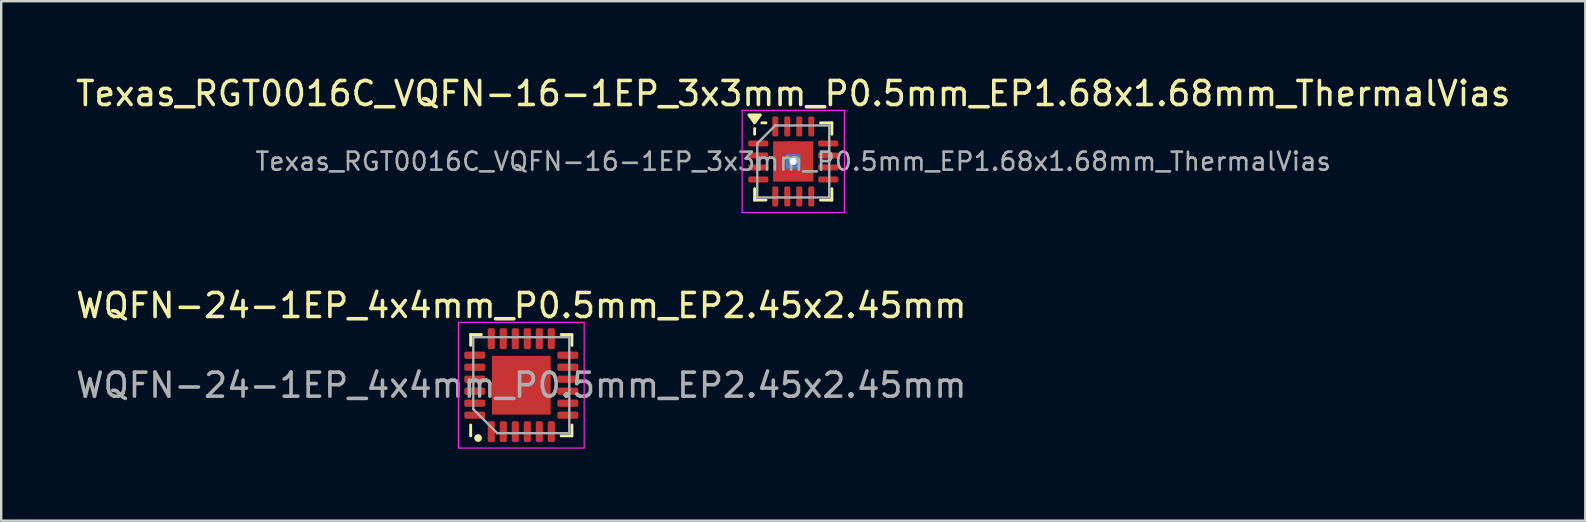
<source format=kicad_pcb>
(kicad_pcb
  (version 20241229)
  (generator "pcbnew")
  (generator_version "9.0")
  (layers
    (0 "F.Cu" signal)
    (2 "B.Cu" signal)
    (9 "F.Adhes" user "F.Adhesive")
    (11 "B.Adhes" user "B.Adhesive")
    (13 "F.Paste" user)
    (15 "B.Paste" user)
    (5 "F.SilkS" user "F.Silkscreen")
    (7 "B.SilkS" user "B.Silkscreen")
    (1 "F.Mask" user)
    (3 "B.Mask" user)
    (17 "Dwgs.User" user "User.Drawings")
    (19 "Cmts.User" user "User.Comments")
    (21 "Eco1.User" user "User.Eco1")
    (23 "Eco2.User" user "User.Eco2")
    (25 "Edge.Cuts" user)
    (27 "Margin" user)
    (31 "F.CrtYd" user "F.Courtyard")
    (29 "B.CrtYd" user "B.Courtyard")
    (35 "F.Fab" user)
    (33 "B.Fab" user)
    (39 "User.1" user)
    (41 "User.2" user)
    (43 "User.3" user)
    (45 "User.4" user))
  (footprint "WQFN-24-1EP_4x4mm_P0.5mm_EP2.45x2.45mm"
    (layer "F.Cu")
    (at 18.673 13.002)
    (property "Reference" "WQFN-24-1EP_4x4mm_P0.5mm_EP2.45x2.45mm" (at 0 -3.32 0) (layer "F.SilkS") (effects (font (size 1 1) (thickness 0.15))))
    (attr smd)
    (fp_line (start -2.11 -2.11) (end -1.66 -2.11) (stroke (width 0.12) (type solid)) (layer "F.SilkS"))
    (fp_line (start -2.11 -1.66) (end -2.11 -2.11) (stroke (width 0.12) (type solid)) (layer "F.SilkS"))
    (fp_line (start -2.11 1.66) (end -2.11 2.11) (stroke (width 0.12) (type solid)) (layer "F.SilkS"))
    (fp_line (start 2.11 -2.11) (end 1.66 -2.11) (stroke (width 0.12) (type solid)) (layer "F.SilkS"))
    (fp_line (start 2.11 -1.66) (end 2.11 -2.11) (stroke (width 0.12) (type solid)) (layer "F.SilkS"))
    (fp_line (start 2.11 1.66) (end 2.11 2.11) (stroke (width 0.12) (type solid)) (layer "F.SilkS"))
    (fp_line (start 2.11 2.11) (end 1.66 2.11) (stroke (width 0.12) (type solid)) (layer "F.SilkS"))
    (fp_circle (center -1.8 2.2) (end -1.8 2.1) (stroke (width 0.12) (type solid)) (fill yes) (layer "F.SilkS"))
    (fp_line (start -2.62 -2.62) (end -2.62 2.62) (stroke (width 0.05) (type solid)) (layer "F.CrtYd"))
    (fp_line (start -2.62 2.62) (end 2.62 2.62) (stroke (width 0.05) (type solid)) (layer "F.CrtYd"))
    (fp_line (start 2.62 -2.62) (end -2.62 -2.62) (stroke (width 0.05) (type solid)) (layer "F.CrtYd"))
    (fp_line (start 2.62 2.62) (end 2.62 -2.62) (stroke (width 0.05) (type solid)) (layer "F.CrtYd"))
    (fp_line (start -2 -2) (end 2 -2) (stroke (width 0.1) (type solid)) (layer "F.Fab"))
    (fp_line (start -2 1) (end -2 -2) (stroke (width 0.1) (type solid)) (layer "F.Fab"))
    (fp_line (start -1 2) (end -2 1) (stroke (width 0.1) (type solid)) (layer "F.Fab"))
    (fp_line (start 2 -2) (end 2 2) (stroke (width 0.1) (type solid)) (layer "F.Fab"))
    (fp_line (start 2 2) (end -1 2) (stroke (width 0.1) (type solid)) (layer "F.Fab"))
    (fp_text user "${REFERENCE}" (at 0 0 0) (layer "F.Fab") (effects (font (size 1 1) (thickness 0.15))))
    (pad "" smd roundrect (at -0.61 -0.61 90) (size 0.99 0.99) (layers "F.Paste") (roundrect_rratio 0.25))
    (pad "" smd roundrect (at -0.61 0.61 90) (size 0.99 0.99) (layers "F.Paste") (roundrect_rratio 0.25))
    (pad "" smd roundrect (at 0.61 -0.61 90) (size 0.99 0.99) (layers "F.Paste") (roundrect_rratio 0.25))
    (pad "" smd roundrect (at 0.61 0.61 90) (size 0.99 0.99) (layers "F.Paste") (roundrect_rratio 0.25))
    (pad "1" smd roundrect (at -1.25 1.938 90) (size 0.875 0.3) (layers "F.Cu" "F.Mask" "F.Paste") (roundrect_rratio 0.25))
    (pad "2" smd roundrect (at -0.75 1.938 90) (size 0.875 0.3) (layers "F.Cu" "F.Mask" "F.Paste") (roundrect_rratio 0.25))
    (pad "3" smd roundrect (at -0.25 1.938 90) (size 0.875 0.3) (layers "F.Cu" "F.Mask" "F.Paste") (roundrect_rratio 0.25))
    (pad "4" smd roundrect (at 0.25 1.938 90) (size 0.875 0.3) (layers "F.Cu" "F.Mask" "F.Paste") (roundrect_rratio 0.25))
    (pad "5" smd roundrect (at 0.75 1.938 90) (size 0.875 0.3) (layers "F.Cu" "F.Mask" "F.Paste") (roundrect_rratio 0.25))
    (pad "6" smd roundrect (at 1.25 1.938 90) (size 0.875 0.3) (layers "F.Cu" "F.Mask" "F.Paste") (roundrect_rratio 0.25))
    (pad "7" smd roundrect (at 1.938 1.25 90) (size 0.3 0.875) (layers "F.Cu" "F.Mask" "F.Paste") (roundrect_rratio 0.25))
    (pad "8" smd roundrect (at 1.938 0.75 90) (size 0.3 0.875) (layers "F.Cu" "F.Mask" "F.Paste") (roundrect_rratio 0.25))
    (pad "9" smd roundrect (at 1.938 0.25 90) (size 0.3 0.875) (layers "F.Cu" "F.Mask" "F.Paste") (roundrect_rratio 0.25))
    (pad "10" smd roundrect (at 1.938 -0.25 90) (size 0.3 0.875) (layers "F.Cu" "F.Mask" "F.Paste") (roundrect_rratio 0.25))
    (pad "11" smd roundrect (at 1.938 -0.75 90) (size 0.3 0.875) (layers "F.Cu" "F.Mask" "F.Paste") (roundrect_rratio 0.25))
    (pad "12" smd roundrect (at 1.938 -1.25 90) (size 0.3 0.875) (layers "F.Cu" "F.Mask" "F.Paste") (roundrect_rratio 0.25))
    (pad "13" smd roundrect (at 1.25 -1.938 90) (size 0.875 0.3) (layers "F.Cu" "F.Mask" "F.Paste") (roundrect_rratio 0.25))
    (pad "14" smd roundrect (at 0.75 -1.938 90) (size 0.875 0.3) (layers "F.Cu" "F.Mask" "F.Paste") (roundrect_rratio 0.25))
    (pad "15" smd roundrect (at 0.25 -1.938 90) (size 0.875 0.3) (layers "F.Cu" "F.Mask" "F.Paste") (roundrect_rratio 0.25))
    (pad "16" smd roundrect (at -0.25 -1.938 90) (size 0.875 0.3) (layers "F.Cu" "F.Mask" "F.Paste") (roundrect_rratio 0.25))
    (pad "17" smd roundrect (at -0.75 -1.938 90) (size 0.875 0.3) (layers "F.Cu" "F.Mask" "F.Paste") (roundrect_rratio 0.25))
    (pad "18" smd roundrect (at -1.25 -1.938 90) (size 0.875 0.3) (layers "F.Cu" "F.Mask" "F.Paste") (roundrect_rratio 0.25))
    (pad "19" smd roundrect (at -1.938 -1.25 90) (size 0.3 0.875) (layers "F.Cu" "F.Mask" "F.Paste") (roundrect_rratio 0.25))
    (pad "20" smd roundrect (at -1.938 -0.75 90) (size 0.3 0.875) (layers "F.Cu" "F.Mask" "F.Paste") (roundrect_rratio 0.25))
    (pad "21" smd roundrect (at -1.938 -0.25 90) (size 0.3 0.875) (layers "F.Cu" "F.Mask" "F.Paste") (roundrect_rratio 0.25))
    (pad "22" smd roundrect (at -1.938 0.25 90) (size 0.3 0.875) (layers "F.Cu" "F.Mask" "F.Paste") (roundrect_rratio 0.25))
    (pad "23" smd roundrect (at -1.938 0.75 90) (size 0.3 0.875) (layers "F.Cu" "F.Mask" "F.Paste") (roundrect_rratio 0.25))
    (pad "24" smd roundrect (at -1.938 1.25 90) (size 0.3 0.875) (layers "F.Cu" "F.Mask" "F.Paste") (roundrect_rratio 0.25))
    (pad "25" smd rect (at 0 0 90) (size 2.45 2.45) (layers "F.Cu" "F.Mask")))
  (footprint "Texas_RGT0016C_VQFN-16-1EP_3x3mm_P0.5mm_EP1.68x1.68mm_ThermalVias"
    (layer "F.Cu")
    (at 30.006 3.678)
    (property "Reference" "Texas_RGT0016C_VQFN-16-1EP_3x3mm_P0.5mm_EP1.68x1.68mm_ThermalVias" (at 0 -2.83 0) (layer "F.SilkS") (effects (font (size 1 1) (thickness 0.15))))
    (attr smd)
    (fp_line (start -1.61 -1.135) (end -1.61 -1.37) (stroke (width 0.12) (type solid)) (layer "F.SilkS"))
    (fp_line (start -1.61 1.61) (end -1.61 1.135) (stroke (width 0.12) (type solid)) (layer "F.SilkS"))
    (fp_line (start -1.135 -1.61) (end -1.31 -1.61) (stroke (width 0.12) (type solid)) (layer "F.SilkS"))
    (fp_line (start -1.135 1.61) (end -1.61 1.61) (stroke (width 0.12) (type solid)) (layer "F.SilkS"))
    (fp_line (start 1.135 -1.61) (end 1.61 -1.61) (stroke (width 0.12) (type solid)) (layer "F.SilkS"))
    (fp_line (start 1.135 1.61) (end 1.61 1.61) (stroke (width 0.12) (type solid)) (layer "F.SilkS"))
    (fp_line (start 1.61 -1.61) (end 1.61 -1.135) (stroke (width 0.12) (type solid)) (layer "F.SilkS"))
    (fp_line (start 1.61 1.61) (end 1.61 1.135) (stroke (width 0.12) (type solid)) (layer "F.SilkS"))
    (fp_poly (pts (xy -1.61 -1.61) (xy -1.85 -1.94) (xy -1.37 -1.94) (xy -1.61 -1.61)) (stroke (width 0.12) (type solid)) (fill yes) (layer "F.SilkS"))
    (fp_line (start -2.13 -2.13) (end -2.13 2.13) (stroke (width 0.05) (type solid)) (layer "F.CrtYd"))
    (fp_line (start -2.13 2.13) (end 2.13 2.13) (stroke (width 0.05) (type solid)) (layer "F.CrtYd"))
    (fp_line (start 2.13 -2.13) (end -2.13 -2.13) (stroke (width 0.05) (type solid)) (layer "F.CrtYd"))
    (fp_line (start 2.13 2.13) (end 2.13 -2.13) (stroke (width 0.05) (type solid)) (layer "F.CrtYd"))
    (fp_line (start -1.5 -0.75) (end -0.75 -1.5) (stroke (width 0.1) (type solid)) (layer "F.Fab"))
    (fp_line (start -1.5 1.5) (end -1.5 -0.75) (stroke (width 0.1) (type solid)) (layer "F.Fab"))
    (fp_line (start -0.75 -1.5) (end 1.5 -1.5) (stroke (width 0.1) (type solid)) (layer "F.Fab"))
    (fp_line (start 1.5 -1.5) (end 1.5 1.5) (stroke (width 0.1) (type solid)) (layer "F.Fab"))
    (fp_line (start 1.5 1.5) (end -1.5 1.5) (stroke (width 0.1) (type solid)) (layer "F.Fab"))
    (fp_text user "${REFERENCE}" (at 0 0 0) (layer "F.Fab") (effects (font (size 0.75 0.75) (thickness 0.11))))
    (pad "" smd roundrect (at -0.42 -0.42) (size 0.7 0.7) (layers "F.Paste") (roundrect_rratio 0.25))
    (pad "" smd roundrect (at -0.42 0.42) (size 0.7 0.7) (layers "F.Paste") (roundrect_rratio 0.25))
    (pad "" smd roundrect (at 0.42 -0.42) (size 0.7 0.7) (layers "F.Paste") (roundrect_rratio 0.25))
    (pad "" smd roundrect (at 0.42 0.42) (size 0.7 0.7) (layers "F.Paste") (roundrect_rratio 0.25))
    (pad "1" smd roundrect (at -1.458 -0.75) (size 0.835 0.25) (layers "F.Cu" "F.Mask" "F.Paste") (roundrect_rratio 0.25))
    (pad "2" smd roundrect (at -1.458 -0.25) (size 0.835 0.25) (layers "F.Cu" "F.Mask" "F.Paste") (roundrect_rratio 0.25))
    (pad "3" smd roundrect (at -1.458 0.25) (size 0.835 0.25) (layers "F.Cu" "F.Mask" "F.Paste") (roundrect_rratio 0.25))
    (pad "4" smd roundrect (at -1.458 0.75) (size 0.835 0.25) (layers "F.Cu" "F.Mask" "F.Paste") (roundrect_rratio 0.25))
    (pad "5" smd roundrect (at -0.75 1.458) (size 0.25 0.835) (layers "F.Cu" "F.Mask" "F.Paste") (roundrect_rratio 0.25))
    (pad "6" smd roundrect (at -0.25 1.458) (size 0.25 0.835) (layers "F.Cu" "F.Mask" "F.Paste") (roundrect_rratio 0.25))
    (pad "7" smd roundrect (at 0.25 1.458) (size 0.25 0.835) (layers "F.Cu" "F.Mask" "F.Paste") (roundrect_rratio 0.25))
    (pad "8" smd roundrect (at 0.75 1.458) (size 0.25 0.835) (layers "F.Cu" "F.Mask" "F.Paste") (roundrect_rratio 0.25))
    (pad "9" smd roundrect (at 1.458 0.75) (size 0.835 0.25) (layers "F.Cu" "F.Mask" "F.Paste") (roundrect_rratio 0.25))
    (pad "10" smd roundrect (at 1.458 0.25) (size 0.835 0.25) (layers "F.Cu" "F.Mask" "F.Paste") (roundrect_rratio 0.25))
    (pad "11" smd roundrect (at 1.458 -0.25) (size 0.835 0.25) (layers "F.Cu" "F.Mask" "F.Paste") (roundrect_rratio 0.25))
    (pad "12" smd roundrect (at 1.458 -0.75) (size 0.835 0.25) (layers "F.Cu" "F.Mask" "F.Paste") (roundrect_rratio 0.25))
    (pad "13" smd roundrect (at 0.75 -1.458) (size 0.25 0.835) (layers "F.Cu" "F.Mask" "F.Paste") (roundrect_rratio 0.25))
    (pad "14" smd roundrect (at 0.25 -1.458) (size 0.25 0.835) (layers "F.Cu" "F.Mask" "F.Paste") (roundrect_rratio 0.25))
    (pad "15" smd roundrect (at -0.25 -1.458) (size 0.25 0.835) (layers "F.Cu" "F.Mask" "F.Paste") (roundrect_rratio 0.25))
    (pad "16" smd roundrect (at -0.75 -1.458) (size 0.25 0.835) (layers "F.Cu" "F.Mask" "F.Paste") (roundrect_rratio 0.25))
    (pad "17" thru_hole circle (at 0 0) (size 0.6 0.6) (drill 0.3) (property pad_prop_heatsink) (layers "*.Cu"))
    (pad "17" smd rect (at 0 0) (size 0.6 0.6) (property pad_prop_heatsink) (layers "B.Cu"))
    (pad "17" smd rect (at 0 0) (size 1.68 1.68) (property pad_prop_heatsink) (layers "F.Cu" "F.Mask")))
  (gr_rect
    (start -3 -3)
    (end 63.012 18.646)
    (stroke (width 0.1) (type default))
    (fill no)
    (layer "Edge.Cuts")))
</source>
